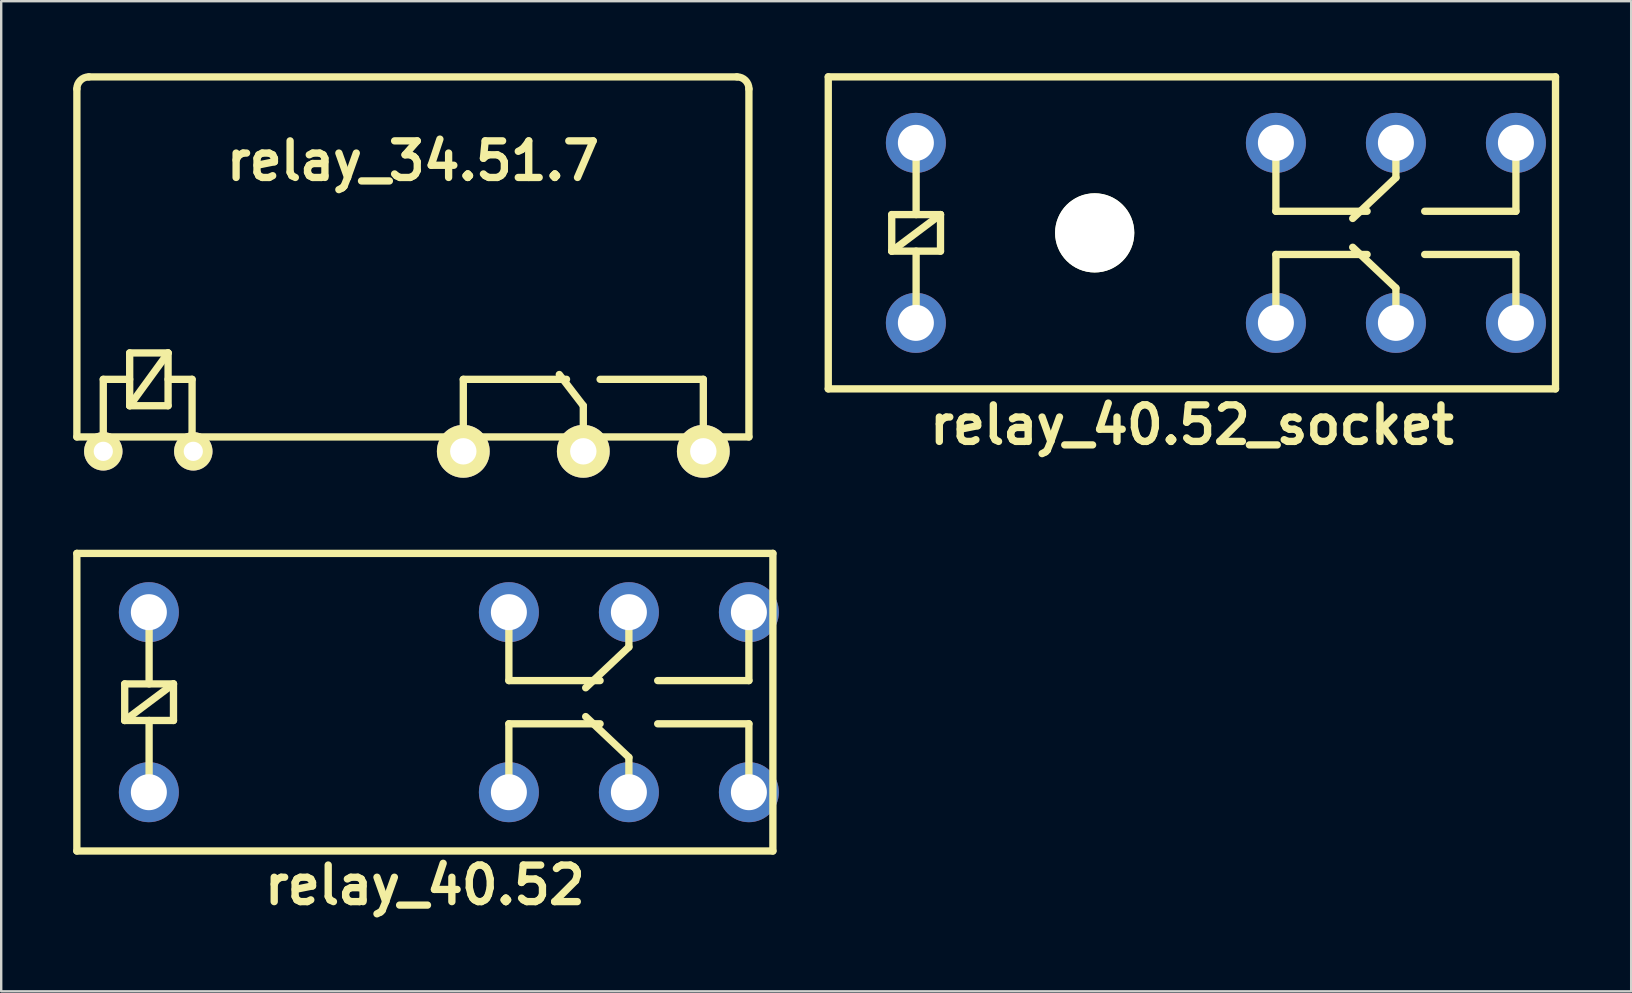
<source format=kicad_pcb>
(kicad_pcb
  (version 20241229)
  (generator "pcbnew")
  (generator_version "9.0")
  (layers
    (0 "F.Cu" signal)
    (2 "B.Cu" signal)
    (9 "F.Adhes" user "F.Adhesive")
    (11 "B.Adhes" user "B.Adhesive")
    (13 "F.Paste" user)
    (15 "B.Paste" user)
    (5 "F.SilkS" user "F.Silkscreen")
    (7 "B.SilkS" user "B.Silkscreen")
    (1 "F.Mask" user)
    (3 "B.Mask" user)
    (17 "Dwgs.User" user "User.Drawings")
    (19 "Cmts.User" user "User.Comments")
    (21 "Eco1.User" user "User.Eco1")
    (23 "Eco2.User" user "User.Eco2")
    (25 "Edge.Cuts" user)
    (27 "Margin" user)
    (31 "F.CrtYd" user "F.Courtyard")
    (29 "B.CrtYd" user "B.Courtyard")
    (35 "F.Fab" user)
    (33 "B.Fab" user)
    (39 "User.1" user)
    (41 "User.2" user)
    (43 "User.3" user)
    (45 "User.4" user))
  (footprint "relay_40.52"
    (layer "F.Cu")
    (at 14.652 26.206)
    (property "Reference" "relay_40.52" (at 0 7.62 0) (layer "F.SilkS") (effects (font (size 1.524 1.524) (thickness 0.305))))
    (attr through_hole)
    (fp_line (start -14.5 -6.2) (end -14.5 6.2) (stroke (width 0.305) (type solid)) (layer "F.SilkS"))
    (fp_line (start -14.5 -6.2) (end 14.5 -6.2) (stroke (width 0.305) (type solid)) (layer "F.SilkS"))
    (fp_line (start -14.5 6.2) (end 14.5 6.2) (stroke (width 0.305) (type solid)) (layer "F.SilkS"))
    (fp_line (start -12.506 -0.762) (end -10.474 -0.762) (stroke (width 0.305) (type solid)) (layer "F.SilkS"))
    (fp_line (start -12.506 0.762) (end -12.506 -0.762) (stroke (width 0.305) (type solid)) (layer "F.SilkS"))
    (fp_line (start -12.506 0.762) (end -10.474 -0.762) (stroke (width 0.305) (type solid)) (layer "F.SilkS"))
    (fp_line (start -11.49 -3.81) (end -11.49 -0.762) (stroke (width 0.305) (type solid)) (layer "F.SilkS"))
    (fp_line (start -11.49 3.81) (end -11.49 0.762) (stroke (width 0.305) (type solid)) (layer "F.SilkS"))
    (fp_line (start -10.474 -0.762) (end -10.474 0.762) (stroke (width 0.305) (type solid)) (layer "F.SilkS"))
    (fp_line (start -10.474 0.762) (end -12.506 0.762) (stroke (width 0.305) (type solid)) (layer "F.SilkS"))
    (fp_line (start 3.5 -3.7) (end 3.5 -0.9) (stroke (width 0.305) (type solid)) (layer "F.SilkS"))
    (fp_line (start 3.5 -0.9) (end 7.3 -0.9) (stroke (width 0.305) (type solid)) (layer "F.SilkS"))
    (fp_line (start 3.5 0.9) (end 7.3 0.9) (stroke (width 0.305) (type solid)) (layer "F.SilkS"))
    (fp_line (start 3.5 3.7) (end 3.5 0.9) (stroke (width 0.305) (type solid)) (layer "F.SilkS"))
    (fp_line (start 8.5 -3.7) (end 8.5 -2.3) (stroke (width 0.305) (type solid)) (layer "F.SilkS"))
    (fp_line (start 8.5 -2.3) (end 6.7 -0.6) (stroke (width 0.305) (type solid)) (layer "F.SilkS"))
    (fp_line (start 8.5 2.3) (end 6.7 0.6) (stroke (width 0.305) (type solid)) (layer "F.SilkS"))
    (fp_line (start 8.5 3.7) (end 8.5 2.3) (stroke (width 0.305) (type solid)) (layer "F.SilkS"))
    (fp_line (start 9.7 -0.9) (end 13.5 -0.9) (stroke (width 0.305) (type solid)) (layer "F.SilkS"))
    (fp_line (start 9.7 0.9) (end 13.5 0.9) (stroke (width 0.305) (type solid)) (layer "F.SilkS"))
    (fp_line (start 13.5 -3.7) (end 13.5 -0.9) (stroke (width 0.305) (type solid)) (layer "F.SilkS"))
    (fp_line (start 13.5 3.7) (end 13.5 0.9) (stroke (width 0.305) (type solid)) (layer "F.SilkS"))
    (fp_line (start 14.5 -6.2) (end 14.5 6.2) (stroke (width 0.305) (type solid)) (layer "F.SilkS"))
    (pad "1" thru_hole circle (at -11.5 3.75) (size 2.5 2.5) (drill 1.5) (layers "*.Cu" "*.Mask"))
    (pad "2" thru_hole circle (at -11.5 -3.75) (size 2.5 2.5) (drill 1.5) (layers "*.Cu" "*.Mask"))
    (pad "11" thru_hole circle (at 8.5 3.75) (size 2.5 2.5) (drill 1.5) (layers "*.Cu" "*.Mask"))
    (pad "12" thru_hole circle (at 3.5 3.75) (size 2.5 2.5) (drill 1.5) (layers "*.Cu" "*.Mask"))
    (pad "14" thru_hole circle (at 13.5 3.75) (size 2.5 2.5) (drill 1.5) (layers "*.Cu" "*.Mask"))
    (pad "21" thru_hole circle (at 8.5 -3.75) (size 2.5 2.5) (drill 1.5) (layers "*.Cu" "*.Mask"))
    (pad "22" thru_hole circle (at 3.5 -3.75) (size 2.5 2.5) (drill 1.5) (layers "*.Cu" "*.Mask"))
    (pad "24" thru_hole circle (at 13.5 -3.75) (size 2.5 2.5) (drill 1.5) (layers "*.Cu" "*.Mask")))
  (footprint "relay_40.52_socket"
    (layer "F.Cu")
    (at 46.609 6.652)
    (property "Reference" "relay_40.52_socket" (at 0 8 0) (layer "F.SilkS") (effects (font (size 1.524 1.524) (thickness 0.305))))
    (attr through_hole)
    (fp_line (start -15.15 -6.5) (end -15.15 6.5) (stroke (width 0.305) (type solid)) (layer "F.SilkS"))
    (fp_line (start -15.15 -6.5) (end 15.15 -6.5) (stroke (width 0.305) (type solid)) (layer "F.SilkS"))
    (fp_line (start -15.15 6.5) (end 15.15 6.5) (stroke (width 0.305) (type solid)) (layer "F.SilkS"))
    (fp_line (start -12.506 -0.762) (end -10.474 -0.762) (stroke (width 0.305) (type solid)) (layer "F.SilkS"))
    (fp_line (start -12.506 0.762) (end -12.506 -0.762) (stroke (width 0.305) (type solid)) (layer "F.SilkS"))
    (fp_line (start -12.506 0.762) (end -10.474 -0.762) (stroke (width 0.305) (type solid)) (layer "F.SilkS"))
    (fp_line (start -11.49 -3.81) (end -11.49 -0.762) (stroke (width 0.305) (type solid)) (layer "F.SilkS"))
    (fp_line (start -11.49 3.81) (end -11.49 0.762) (stroke (width 0.305) (type solid)) (layer "F.SilkS"))
    (fp_line (start -10.474 -0.762) (end -10.474 0.762) (stroke (width 0.305) (type solid)) (layer "F.SilkS"))
    (fp_line (start -10.474 0.762) (end -12.506 0.762) (stroke (width 0.305) (type solid)) (layer "F.SilkS"))
    (fp_line (start 3.5 -3.7) (end 3.5 -0.9) (stroke (width 0.305) (type solid)) (layer "F.SilkS"))
    (fp_line (start 3.5 -0.9) (end 7.3 -0.9) (stroke (width 0.305) (type solid)) (layer "F.SilkS"))
    (fp_line (start 3.5 0.9) (end 7.3 0.9) (stroke (width 0.305) (type solid)) (layer "F.SilkS"))
    (fp_line (start 3.5 3.7) (end 3.5 0.9) (stroke (width 0.305) (type solid)) (layer "F.SilkS"))
    (fp_line (start 8.5 -3.7) (end 8.5 -2.3) (stroke (width 0.305) (type solid)) (layer "F.SilkS"))
    (fp_line (start 8.5 -2.3) (end 6.7 -0.6) (stroke (width 0.305) (type solid)) (layer "F.SilkS"))
    (fp_line (start 8.5 2.3) (end 6.7 0.6) (stroke (width 0.305) (type solid)) (layer "F.SilkS"))
    (fp_line (start 8.5 3.7) (end 8.5 2.3) (stroke (width 0.305) (type solid)) (layer "F.SilkS"))
    (fp_line (start 9.7 -0.9) (end 13.5 -0.9) (stroke (width 0.305) (type solid)) (layer "F.SilkS"))
    (fp_line (start 9.7 0.9) (end 13.5 0.9) (stroke (width 0.305) (type solid)) (layer "F.SilkS"))
    (fp_line (start 13.5 -3.7) (end 13.5 -0.9) (stroke (width 0.305) (type solid)) (layer "F.SilkS"))
    (fp_line (start 13.5 3.7) (end 13.5 0.9) (stroke (width 0.305) (type solid)) (layer "F.SilkS"))
    (fp_line (start 15.15 -6.5) (end 15.15 6.5) (stroke (width 0.305) (type solid)) (layer "F.SilkS"))
    (pad "" np_thru_hole circle (at -4.05 0) (size 3.3 3.3) (drill 3.3) (layers "*.Cu" "F.SilkS"))
    (pad "1" thru_hole circle (at -11.5 3.75) (size 2.5 2.5) (drill 1.5) (layers "*.Cu" "*.Mask"))
    (pad "2" thru_hole circle (at -11.5 -3.75) (size 2.5 2.5) (drill 1.5) (layers "*.Cu" "*.Mask"))
    (pad "11" thru_hole circle (at 8.5 3.75) (size 2.5 2.5) (drill 1.5) (layers "*.Cu" "*.Mask"))
    (pad "12" thru_hole circle (at 3.5 3.75) (size 2.5 2.5) (drill 1.5) (layers "*.Cu" "*.Mask"))
    (pad "14" thru_hole circle (at 13.5 3.75) (size 2.5 2.5) (drill 1.5) (layers "*.Cu" "*.Mask"))
    (pad "21" thru_hole circle (at 8.5 -3.75) (size 2.5 2.5) (drill 1.5) (layers "*.Cu" "*.Mask"))
    (pad "22" thru_hole circle (at 3.5 -3.75) (size 2.5 2.5) (drill 1.5) (layers "*.Cu" "*.Mask"))
    (pad "24" thru_hole circle (at 13.5 -3.75) (size 2.5 2.5) (drill 1.5) (layers "*.Cu" "*.Mask")))
  (footprint "relay_34.51.7"
    (layer "F.Cu")
    (at 14.153 15.754)
    (property "Reference" "relay_34.51.7" (at 0 -12.1 0) (layer "F.SilkS") (effects (font (size 1.524 1.524) (thickness 0.305))))
    (attr through_hole)
    (fp_line (start -14 -15.1) (end -14 -0.6) (stroke (width 0.305) (type solid)) (layer "F.SilkS"))
    (fp_line (start -14 -0.6) (end 14 -0.6) (stroke (width 0.305) (type solid)) (layer "F.SilkS"))
    (fp_line (start -13.5 -15.6) (end 13.5 -15.6) (stroke (width 0.305) (type solid)) (layer "F.SilkS"))
    (fp_line (start -12.9 -0.6) (end -12.9 -3) (stroke (width 0.305) (type solid)) (layer "F.SilkS"))
    (fp_line (start -11.8 -4.1) (end -11.8 -1.9) (stroke (width 0.305) (type solid)) (layer "F.SilkS"))
    (fp_line (start -11.8 -3) (end -12.9 -3) (stroke (width 0.305) (type solid)) (layer "F.SilkS"))
    (fp_line (start -11.8 -1.9) (end -10.2 -4.1) (stroke (width 0.305) (type solid)) (layer "F.SilkS"))
    (fp_line (start -11.8 -1.9) (end -10.2 -1.9) (stroke (width 0.305) (type solid)) (layer "F.SilkS"))
    (fp_line (start -10.2 -4.1) (end -11.8 -4.1) (stroke (width 0.305) (type solid)) (layer "F.SilkS"))
    (fp_line (start -10.2 -3) (end -9.2 -3) (stroke (width 0.305) (type solid)) (layer "F.SilkS"))
    (fp_line (start -10.2 -1.9) (end -10.2 -4.1) (stroke (width 0.305) (type solid)) (layer "F.SilkS"))
    (fp_line (start -9.2 -0.6) (end -9.2 -3) (stroke (width 0.305) (type solid)) (layer "F.SilkS"))
    (fp_line (start 2.1 -3) (end 6.4 -3) (stroke (width 0.305) (type solid)) (layer "F.SilkS"))
    (fp_line (start 2.1 -0.6) (end 2.1 -3) (stroke (width 0.305) (type solid)) (layer "F.SilkS"))
    (fp_line (start 7.1 -1.9) (end 6.1 -3.2) (stroke (width 0.305) (type solid)) (layer "F.SilkS"))
    (fp_line (start 7.1 -0.6) (end 7.1 -1.9) (stroke (width 0.305) (type solid)) (layer "F.SilkS"))
    (fp_line (start 7.8 -3) (end 12.1 -3) (stroke (width 0.305) (type solid)) (layer "F.SilkS"))
    (fp_line (start 12.1 -0.6) (end 12.1 -3) (stroke (width 0.305) (type solid)) (layer "F.SilkS"))
    (fp_line (start 14 -15.1) (end 14 -0.6) (stroke (width 0.305) (type solid)) (layer "F.SilkS"))
    (fp_arc (start -14.0011 -15.10088) (mid -13.854542 -15.454702) (end -13.50072 -15.60126) (stroke (width 0.3048) (type solid)) (layer "F.SilkS"))
    (fp_arc (start 13.50072 -15.60126) (mid 13.854542 -15.454702) (end 14.0011 -15.10088) (stroke (width 0.3048) (type solid)) (layer "F.SilkS"))
    (pad "1" thru_hole circle (at -12.9 0) (size 1.6 1.6) (drill 0.8) (layers "*.Cu" "*.Mask" "F.SilkS"))
    (pad "2" thru_hole circle (at -9.15 0) (size 1.6 1.6) (drill 0.8) (layers "*.Cu" "*.Mask" "F.SilkS"))
    (pad "11" thru_hole circle (at 7.1 0) (size 2.2 2.2) (drill 1.1) (layers "*.Cu" "*.Mask" "F.SilkS"))
    (pad "12" thru_hole circle (at 2.1 0) (size 2.2 2.2) (drill 1.1) (layers "*.Cu" "*.Mask" "F.SilkS"))
    (pad "14" thru_hole circle (at 12.1 0) (size 2.2 2.2) (drill 1.1) (layers "*.Cu" "*.Mask" "F.SilkS")))
  (gr_rect
    (start -3 -3)
    (end 64.912 38.253)
    (stroke (width 0.1) (type default))
    (fill no)
    (layer "Edge.Cuts")))
</source>
